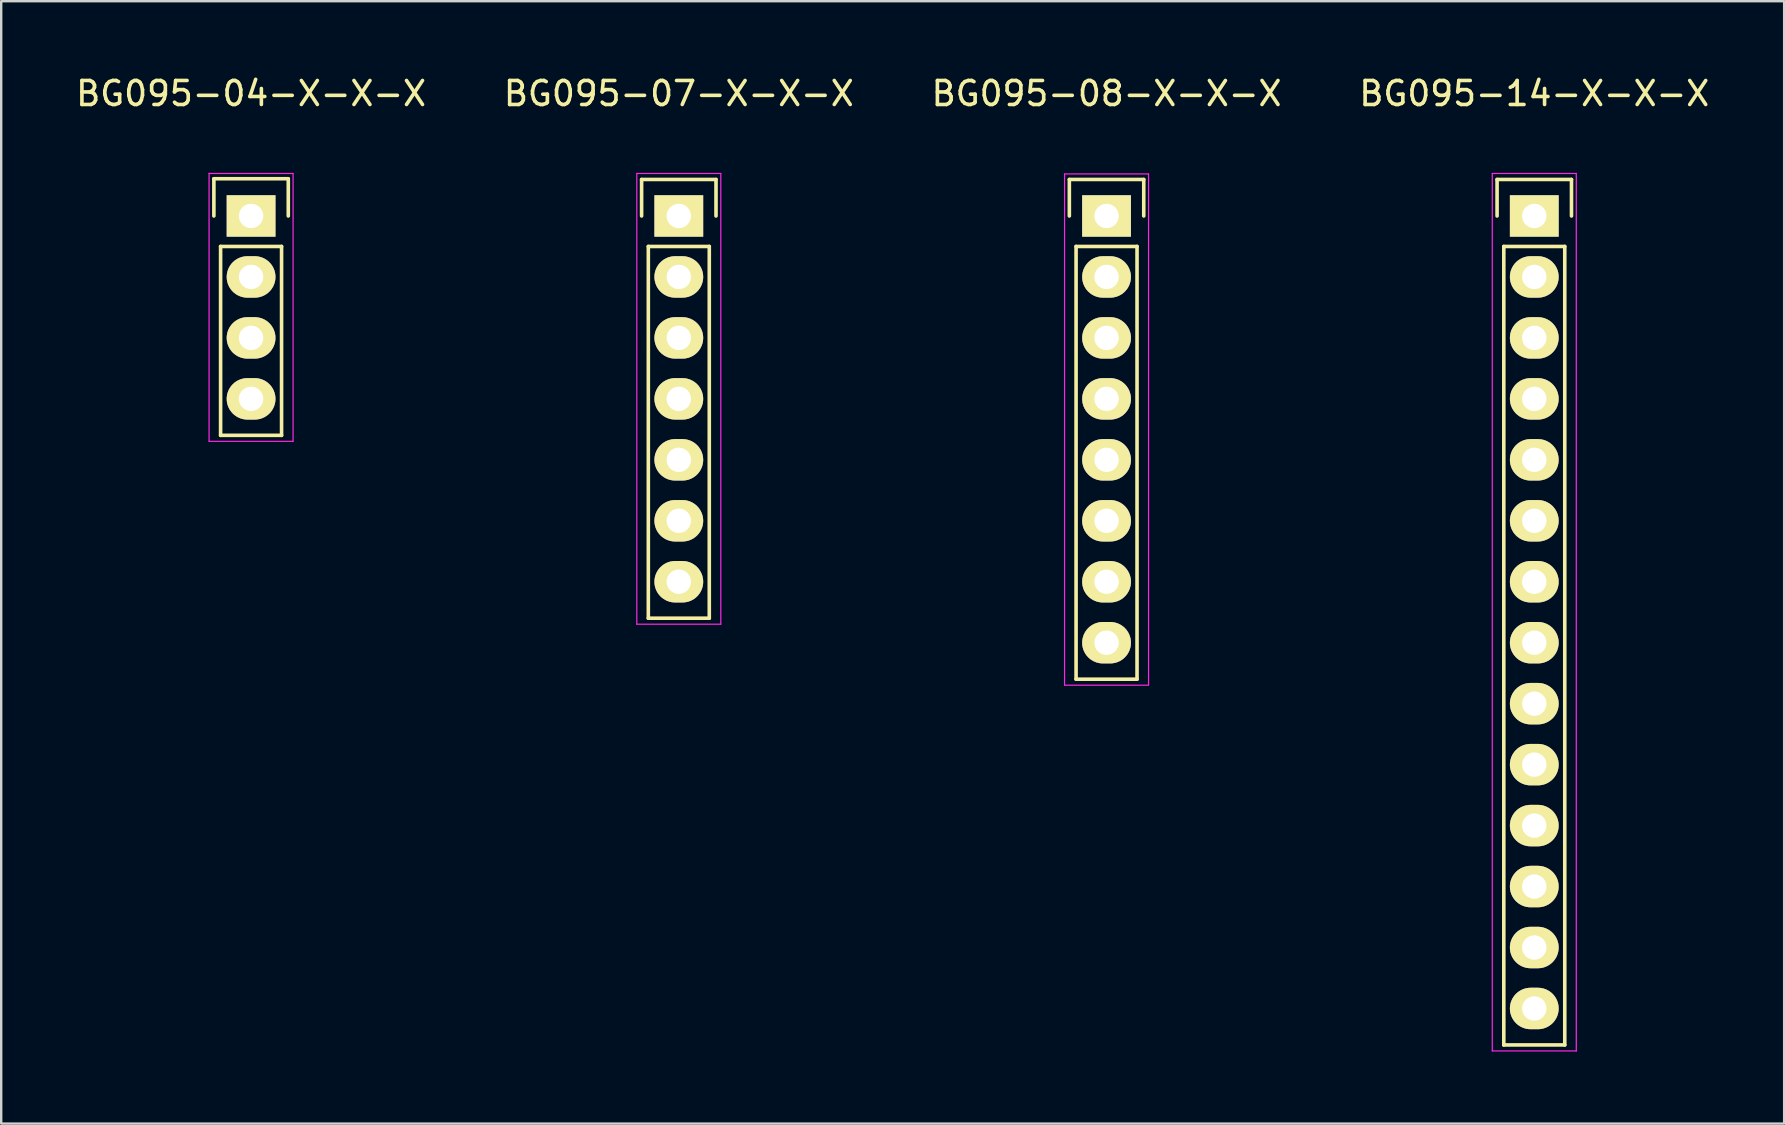
<source format=kicad_pcb>
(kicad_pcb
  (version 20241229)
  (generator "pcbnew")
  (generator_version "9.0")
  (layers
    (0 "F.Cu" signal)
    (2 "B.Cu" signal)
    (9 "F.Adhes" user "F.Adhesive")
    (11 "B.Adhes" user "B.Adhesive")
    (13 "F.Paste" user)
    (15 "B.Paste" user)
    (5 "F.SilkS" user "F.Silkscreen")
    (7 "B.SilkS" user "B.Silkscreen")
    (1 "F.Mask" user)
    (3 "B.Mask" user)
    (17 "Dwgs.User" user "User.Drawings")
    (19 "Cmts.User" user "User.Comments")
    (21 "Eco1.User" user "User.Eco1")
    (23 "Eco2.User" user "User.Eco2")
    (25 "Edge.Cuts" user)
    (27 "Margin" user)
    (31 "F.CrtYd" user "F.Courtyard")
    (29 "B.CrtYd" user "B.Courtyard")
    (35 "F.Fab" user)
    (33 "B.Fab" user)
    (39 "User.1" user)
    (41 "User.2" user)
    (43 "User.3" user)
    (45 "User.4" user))
  (footprint "BG095-14-X-X-X"
    (layer "F.Cu")
    (at 60.875 22.458)
    (property "Reference" "BG095-14-X-X-X" (at 0 -21.61 0) (layer "F.SilkS") (effects (font (size 1 1) (thickness 0.15))))
    (attr through_hole)
    (fp_line (start -1.55 -18.03) (end 1.55 -18.03) (stroke (width 0.15) (type solid)) (layer "F.SilkS"))
    (fp_line (start -1.55 -16.51) (end -1.55 -18.03) (stroke (width 0.15) (type solid)) (layer "F.SilkS"))
    (fp_line (start -1.27 -15.24) (end -1.27 18.03) (stroke (width 0.15) (type solid)) (layer "F.SilkS"))
    (fp_line (start -1.27 18.03) (end 1.27 18.03) (stroke (width 0.15) (type solid)) (layer "F.SilkS"))
    (fp_line (start 1.27 -15.24) (end -1.27 -15.24) (stroke (width 0.15) (type solid)) (layer "F.SilkS"))
    (fp_line (start 1.27 18.03) (end 1.27 -15.24) (stroke (width 0.15) (type solid)) (layer "F.SilkS"))
    (fp_line (start 1.55 -18.03) (end 1.55 -16.51) (stroke (width 0.15) (type solid)) (layer "F.SilkS"))
    (fp_line (start -1.75 -18.28) (end -1.75 18.28) (stroke (width 0.05) (type solid)) (layer "F.CrtYd"))
    (fp_line (start -1.75 -18.28) (end 1.75 -18.28) (stroke (width 0.05) (type solid)) (layer "F.CrtYd"))
    (fp_line (start -1.75 18.28) (end 1.75 18.28) (stroke (width 0.05) (type solid)) (layer "F.CrtYd"))
    (fp_line (start 1.75 -18.28) (end 1.75 18.28) (stroke (width 0.05) (type solid)) (layer "F.CrtYd"))
    (pad "1" thru_hole rect (at 0 -16.51) (size 2.032 1.727) (drill 1.016) (layers "*.Cu" "*.Mask" "F.SilkS"))
    (pad "2" thru_hole oval (at 0 -13.97) (size 2.032 1.727) (drill 1.016) (layers "*.Cu" "*.Mask" "F.SilkS"))
    (pad "3" thru_hole oval (at 0 -11.43) (size 2.032 1.727) (drill 1.016) (layers "*.Cu" "*.Mask" "F.SilkS"))
    (pad "4" thru_hole oval (at 0 -8.89) (size 2.032 1.727) (drill 1.016) (layers "*.Cu" "*.Mask" "F.SilkS"))
    (pad "5" thru_hole oval (at 0 -6.35) (size 2.032 1.727) (drill 1.016) (layers "*.Cu" "*.Mask" "F.SilkS"))
    (pad "6" thru_hole oval (at 0 -3.81) (size 2.032 1.727) (drill 1.016) (layers "*.Cu" "*.Mask" "F.SilkS"))
    (pad "7" thru_hole oval (at 0 -1.27) (size 2.032 1.727) (drill 1.016) (layers "*.Cu" "*.Mask" "F.SilkS"))
    (pad "8" thru_hole oval (at 0 1.27) (size 2.032 1.727) (drill 1.016) (layers "*.Cu" "*.Mask" "F.SilkS"))
    (pad "9" thru_hole oval (at 0 3.81) (size 2.032 1.727) (drill 1.016) (layers "*.Cu" "*.Mask" "F.SilkS"))
    (pad "10" thru_hole oval (at 0 6.35) (size 2.032 1.727) (drill 1.016) (layers "*.Cu" "*.Mask" "F.SilkS"))
    (pad "11" thru_hole oval (at 0 8.89) (size 2.032 1.727) (drill 1.016) (layers "*.Cu" "*.Mask" "F.SilkS"))
    (pad "12" thru_hole oval (at 0 11.43) (size 2.032 1.727) (drill 1.016) (layers "*.Cu" "*.Mask" "F.SilkS"))
    (pad "13" thru_hole oval (at 0 13.97) (size 2.032 1.727) (drill 1.016) (layers "*.Cu" "*.Mask" "F.SilkS"))
    (pad "14" thru_hole oval (at 0 16.51) (size 2.032 1.727) (drill 1.016) (layers "*.Cu" "*.Mask" "F.SilkS")))
  (footprint "BG095-07-X-X-X"
    (layer "F.Cu")
    (at 25.232 13.568)
    (property "Reference" "BG095-07-X-X-X" (at 0 -12.72 0) (layer "F.SilkS") (effects (font (size 1 1) (thickness 0.15))))
    (attr through_hole)
    (fp_line (start -1.55 -9.14) (end 1.55 -9.14) (stroke (width 0.15) (type solid)) (layer "F.SilkS"))
    (fp_line (start -1.55 -7.62) (end -1.55 -9.14) (stroke (width 0.15) (type solid)) (layer "F.SilkS"))
    (fp_line (start -1.27 9.14) (end -1.27 -6.35) (stroke (width 0.15) (type solid)) (layer "F.SilkS"))
    (fp_line (start 1.27 -6.35) (end -1.27 -6.35) (stroke (width 0.15) (type solid)) (layer "F.SilkS"))
    (fp_line (start 1.27 -6.35) (end 1.27 9.14) (stroke (width 0.15) (type solid)) (layer "F.SilkS"))
    (fp_line (start 1.27 9.14) (end -1.27 9.14) (stroke (width 0.15) (type solid)) (layer "F.SilkS"))
    (fp_line (start 1.55 -9.14) (end 1.55 -7.62) (stroke (width 0.15) (type solid)) (layer "F.SilkS"))
    (fp_line (start -1.75 -9.39) (end -1.75 9.39) (stroke (width 0.05) (type solid)) (layer "F.CrtYd"))
    (fp_line (start -1.75 -9.39) (end 1.75 -9.39) (stroke (width 0.05) (type solid)) (layer "F.CrtYd"))
    (fp_line (start -1.75 9.39) (end 1.75 9.39) (stroke (width 0.05) (type solid)) (layer "F.CrtYd"))
    (fp_line (start 1.75 -9.39) (end 1.75 9.39) (stroke (width 0.05) (type solid)) (layer "F.CrtYd"))
    (pad "1" thru_hole rect (at 0 -7.62) (size 2.032 1.727) (drill 1.016) (layers "*.Cu" "*.Mask" "F.SilkS"))
    (pad "2" thru_hole oval (at 0 -5.08) (size 2.032 1.727) (drill 1.016) (layers "*.Cu" "*.Mask" "F.SilkS"))
    (pad "3" thru_hole oval (at 0 -2.54) (size 2.032 1.727) (drill 1.016) (layers "*.Cu" "*.Mask" "F.SilkS"))
    (pad "4" thru_hole oval (at 0 0) (size 2.032 1.727) (drill 1.016) (layers "*.Cu" "*.Mask" "F.SilkS"))
    (pad "5" thru_hole oval (at 0 2.54) (size 2.032 1.727) (drill 1.016) (layers "*.Cu" "*.Mask" "F.SilkS"))
    (pad "6" thru_hole oval (at 0 5.08) (size 2.032 1.727) (drill 1.016) (layers "*.Cu" "*.Mask" "F.SilkS"))
    (pad "7" thru_hole oval (at 0 7.62) (size 2.032 1.727) (drill 1.016) (layers "*.Cu" "*.Mask" "F.SilkS")))
  (footprint "BG095-04-X-X-X"
    (layer "F.Cu")
    (at 7.411 9.758)
    (property "Reference" "BG095-04-X-X-X" (at 0 -8.91 0) (layer "F.SilkS") (effects (font (size 1 1) (thickness 0.15))))
    (attr through_hole)
    (fp_line (start -1.55 -5.36) (end 1.55 -5.36) (stroke (width 0.15) (type solid)) (layer "F.SilkS"))
    (fp_line (start -1.55 -3.81) (end -1.55 -5.36) (stroke (width 0.15) (type solid)) (layer "F.SilkS"))
    (fp_line (start -1.27 -2.54) (end -1.27 5.33) (stroke (width 0.15) (type solid)) (layer "F.SilkS"))
    (fp_line (start -1.27 5.33) (end 1.27 5.33) (stroke (width 0.15) (type solid)) (layer "F.SilkS"))
    (fp_line (start 1.27 -2.54) (end -1.27 -2.54) (stroke (width 0.15) (type solid)) (layer "F.SilkS"))
    (fp_line (start 1.27 -2.54) (end 1.27 5.33) (stroke (width 0.15) (type solid)) (layer "F.SilkS"))
    (fp_line (start 1.55 -5.36) (end 1.55 -3.81) (stroke (width 0.15) (type solid)) (layer "F.SilkS"))
    (fp_line (start -1.75 -5.58) (end -1.75 5.58) (stroke (width 0.05) (type solid)) (layer "F.CrtYd"))
    (fp_line (start -1.75 -5.58) (end 1.75 -5.58) (stroke (width 0.05) (type solid)) (layer "F.CrtYd"))
    (fp_line (start -1.75 5.58) (end 1.75 5.58) (stroke (width 0.05) (type solid)) (layer "F.CrtYd"))
    (fp_line (start 1.75 -5.58) (end 1.75 5.58) (stroke (width 0.05) (type solid)) (layer "F.CrtYd"))
    (pad "1" thru_hole rect (at 0 -3.81) (size 2.032 1.727) (drill 1.016) (layers "*.Cu" "*.Mask" "F.SilkS"))
    (pad "2" thru_hole oval (at 0 -1.27) (size 2.032 1.727) (drill 1.016) (layers "*.Cu" "*.Mask" "F.SilkS"))
    (pad "3" thru_hole oval (at 0 1.27) (size 2.032 1.727) (drill 1.016) (layers "*.Cu" "*.Mask" "F.SilkS"))
    (pad "4" thru_hole oval (at 0 3.81) (size 2.032 1.727) (drill 1.016) (layers "*.Cu" "*.Mask" "F.SilkS")))
  (footprint "BG095-08-X-X-X"
    (layer "F.Cu")
    (at 43.054 14.838)
    (property "Reference" "BG095-08-X-X-X" (at 0 -13.99 0) (layer "F.SilkS") (effects (font (size 1 1) (thickness 0.15))))
    (attr through_hole)
    (fp_line (start -1.55 -10.41) (end 1.55 -10.41) (stroke (width 0.15) (type solid)) (layer "F.SilkS"))
    (fp_line (start -1.55 -8.89) (end -1.55 -10.41) (stroke (width 0.15) (type solid)) (layer "F.SilkS"))
    (fp_line (start -1.27 10.41) (end -1.27 -7.62) (stroke (width 0.15) (type solid)) (layer "F.SilkS"))
    (fp_line (start 1.27 -7.62) (end -1.27 -7.62) (stroke (width 0.15) (type solid)) (layer "F.SilkS"))
    (fp_line (start 1.27 -7.62) (end 1.27 10.41) (stroke (width 0.15) (type solid)) (layer "F.SilkS"))
    (fp_line (start 1.27 10.41) (end -1.27 10.41) (stroke (width 0.15) (type solid)) (layer "F.SilkS"))
    (fp_line (start 1.55 -10.41) (end 1.55 -8.89) (stroke (width 0.15) (type solid)) (layer "F.SilkS"))
    (fp_line (start -1.75 -10.64) (end -1.75 10.65) (stroke (width 0.05) (type solid)) (layer "F.CrtYd"))
    (fp_line (start -1.75 -10.64) (end 1.75 -10.64) (stroke (width 0.05) (type solid)) (layer "F.CrtYd"))
    (fp_line (start -1.75 10.66) (end 1.75 10.66) (stroke (width 0.05) (type solid)) (layer "F.CrtYd"))
    (fp_line (start 1.75 -10.64) (end 1.75 10.65) (stroke (width 0.05) (type solid)) (layer "F.CrtYd"))
    (pad "1" thru_hole rect (at 0 -8.89) (size 2.032 1.727) (drill 1.016) (layers "*.Cu" "*.Mask" "F.SilkS"))
    (pad "2" thru_hole oval (at 0 -6.35) (size 2.032 1.727) (drill 1.016) (layers "*.Cu" "*.Mask" "F.SilkS"))
    (pad "3" thru_hole oval (at 0 -3.81) (size 2.032 1.727) (drill 1.016) (layers "*.Cu" "*.Mask" "F.SilkS"))
    (pad "4" thru_hole oval (at 0 -1.27) (size 2.032 1.727) (drill 1.016) (layers "*.Cu" "*.Mask" "F.SilkS"))
    (pad "5" thru_hole oval (at 0 1.27) (size 2.032 1.727) (drill 1.016) (layers "*.Cu" "*.Mask" "F.SilkS"))
    (pad "6" thru_hole oval (at 0 3.81) (size 2.032 1.727) (drill 1.016) (layers "*.Cu" "*.Mask" "F.SilkS"))
    (pad "7" thru_hole oval (at 0 6.35) (size 2.032 1.727) (drill 1.016) (layers "*.Cu" "*.Mask" "F.SilkS"))
    (pad "8" thru_hole oval (at 0 8.89) (size 2.032 1.727) (drill 1.016) (layers "*.Cu" "*.Mask" "F.SilkS")))
  (gr_rect
    (start -3 -3)
    (end 71.286 43.763)
    (stroke (width 0.1) (type default))
    (fill no)
    (layer "Edge.Cuts")))
</source>
